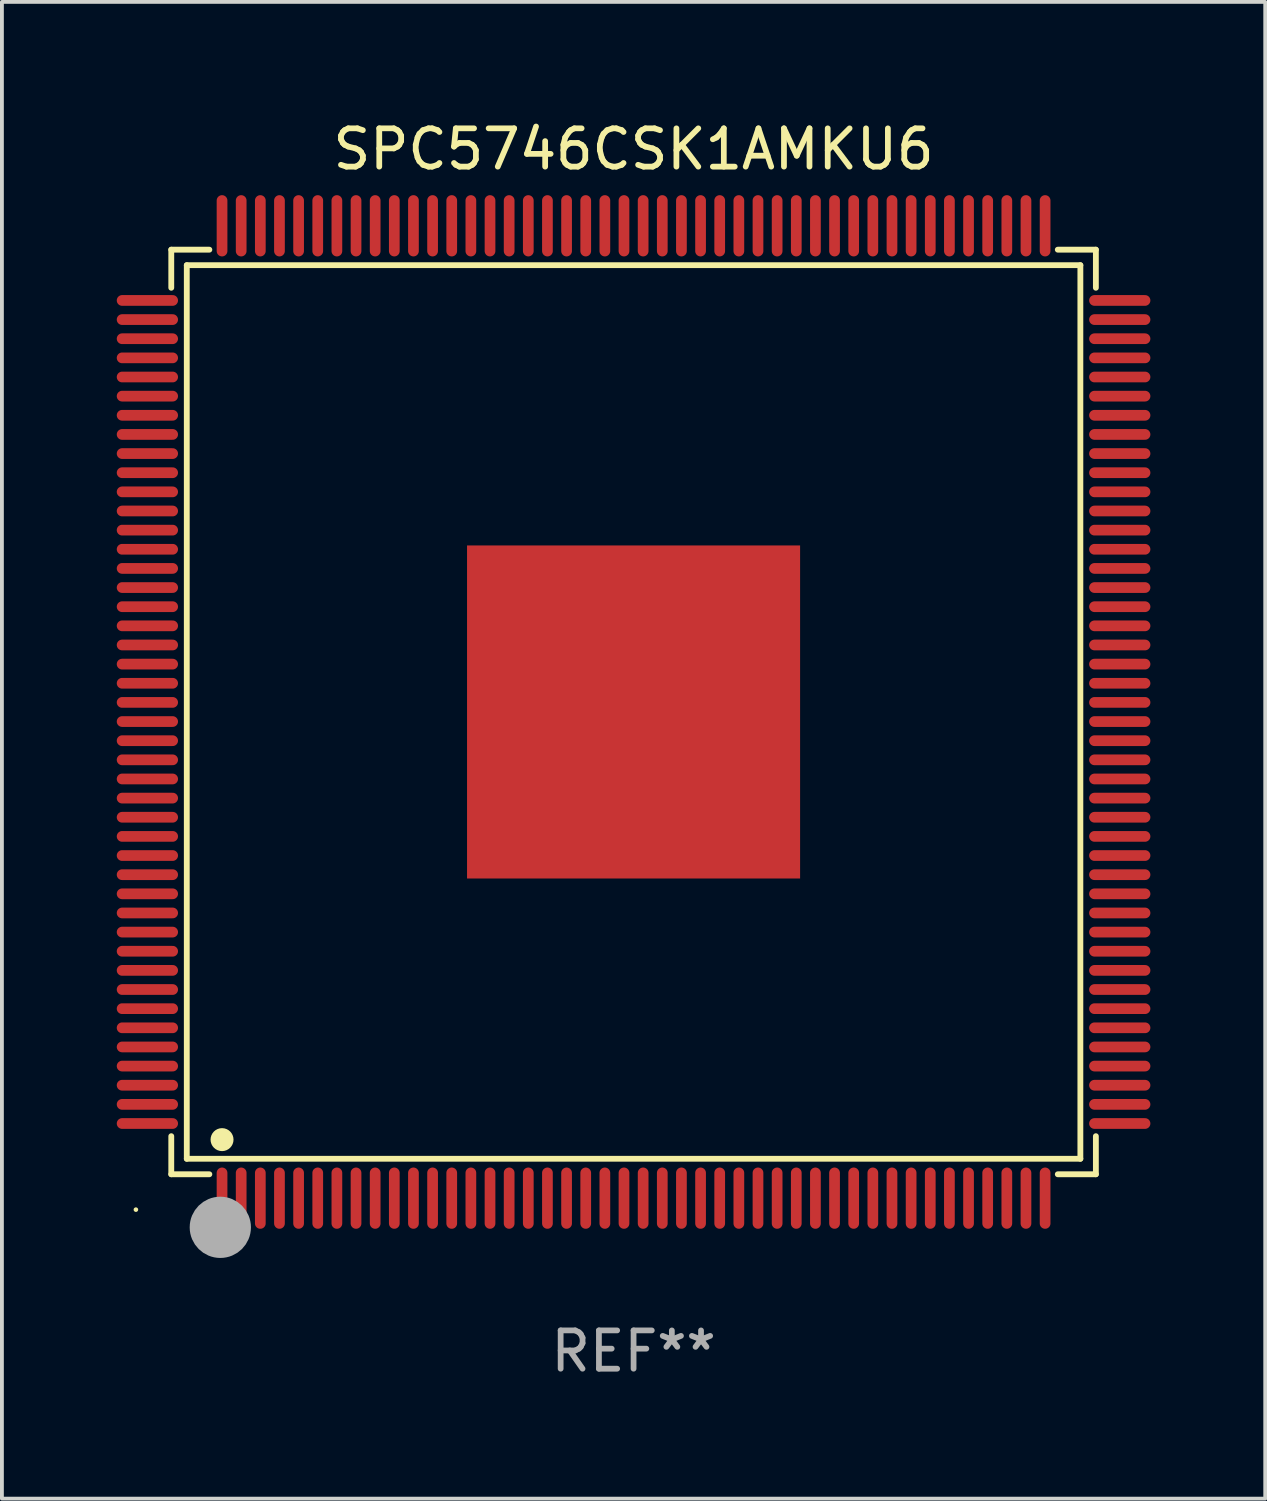
<source format=kicad_pcb>
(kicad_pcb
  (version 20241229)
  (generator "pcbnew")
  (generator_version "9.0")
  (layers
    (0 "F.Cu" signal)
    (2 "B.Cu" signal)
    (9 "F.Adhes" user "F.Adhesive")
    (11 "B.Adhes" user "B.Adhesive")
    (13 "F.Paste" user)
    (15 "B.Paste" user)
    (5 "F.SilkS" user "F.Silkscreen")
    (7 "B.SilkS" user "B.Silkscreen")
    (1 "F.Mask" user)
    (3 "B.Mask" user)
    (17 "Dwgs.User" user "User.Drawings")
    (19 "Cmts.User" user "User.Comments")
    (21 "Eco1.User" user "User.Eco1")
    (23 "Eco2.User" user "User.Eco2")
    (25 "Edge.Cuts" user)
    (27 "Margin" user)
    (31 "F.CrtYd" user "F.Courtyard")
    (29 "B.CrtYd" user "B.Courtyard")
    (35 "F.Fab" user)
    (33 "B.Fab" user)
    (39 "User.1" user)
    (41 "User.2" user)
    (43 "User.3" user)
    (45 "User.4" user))
  (footprint "SPC5746CSK1AMKU6"
    (layer "F.Cu")
    (at 13.5 15.548)
    (property "Reference" "SPC5746CSK1AMKU6" (at 0 -14.7 0) (layer "F.SilkS") (effects (font (size 1 1) (thickness 0.15))))
    (attr through_hole)
    (fp_line (start -12.076 -12.076) (end -11.081 -12.076) (stroke (width 0.152) (type solid)) (layer "F.SilkS"))
    (fp_line (start -12.076 -11.081) (end -12.076 -12.076) (stroke (width 0.152) (type solid)) (layer "F.SilkS"))
    (fp_line (start -12.076 11.081) (end -12.076 12.076) (stroke (width 0.152) (type solid)) (layer "F.SilkS"))
    (fp_line (start -12.076 12.076) (end -11.081 12.076) (stroke (width 0.152) (type solid)) (layer "F.SilkS"))
    (fp_line (start -11.671 -11.671) (end 11.671 -11.671) (stroke (width 0.152) (type solid)) (layer "F.SilkS"))
    (fp_line (start -11.671 11.671) (end -11.671 -11.671) (stroke (width 0.152) (type solid)) (layer "F.SilkS"))
    (fp_line (start 11.671 -11.671) (end 11.671 11.671) (stroke (width 0.152) (type solid)) (layer "F.SilkS"))
    (fp_line (start 11.671 11.671) (end -11.671 11.671) (stroke (width 0.152) (type solid)) (layer "F.SilkS"))
    (fp_line (start 12.076 -12.076) (end 11.081 -12.076) (stroke (width 0.152) (type solid)) (layer "F.SilkS"))
    (fp_line (start 12.076 -11.081) (end 12.076 -12.076) (stroke (width 0.152) (type solid)) (layer "F.SilkS"))
    (fp_line (start 12.076 11.081) (end 12.076 12.076) (stroke (width 0.152) (type solid)) (layer "F.SilkS"))
    (fp_line (start 12.076 12.076) (end 11.081 12.076) (stroke (width 0.152) (type solid)) (layer "F.SilkS"))
    (fp_circle (center -13 13) (end -12.97 13) (stroke (width 0.06) (type solid)) (fill no) (layer "F.SilkS"))
    (fp_circle (center -10.75 11.171) (end -10.6 11.171) (stroke (width 0.3) (type solid)) (fill no) (layer "F.SilkS"))
    (fp_circle (center -10.75 13.8) (end -10.65 13.8) (stroke (width 0.2) (type solid)) (fill no) (layer "F.SilkS"))
    (fp_circle (center -10.795 13.462) (end -10.395 13.462) (stroke (width 0.8) (type solid)) (fill no) (layer "F.Fab"))
    (fp_text user "REF**" (at 0 16.7 0) (layer "F.Fab") (effects (font (size 1 1) (thickness 0.15))))
    (pad "1" smd oval (at -10.75 12.7) (size 0.28 1.6) (layers "F.Cu" "F.Mask" "F.Paste"))
    (pad "2" smd oval (at -10.25 12.7) (size 0.28 1.6) (layers "F.Cu" "F.Mask" "F.Paste"))
    (pad "3" smd oval (at -9.75 12.7) (size 0.28 1.6) (layers "F.Cu" "F.Mask" "F.Paste"))
    (pad "4" smd oval (at -9.25 12.7) (size 0.28 1.6) (layers "F.Cu" "F.Mask" "F.Paste"))
    (pad "5" smd oval (at -8.75 12.7) (size 0.28 1.6) (layers "F.Cu" "F.Mask" "F.Paste"))
    (pad "6" smd oval (at -8.25 12.7) (size 0.28 1.6) (layers "F.Cu" "F.Mask" "F.Paste"))
    (pad "7" smd oval (at -7.75 12.7) (size 0.28 1.6) (layers "F.Cu" "F.Mask" "F.Paste"))
    (pad "8" smd oval (at -7.25 12.7) (size 0.28 1.6) (layers "F.Cu" "F.Mask" "F.Paste"))
    (pad "9" smd oval (at -6.75 12.7) (size 0.28 1.6) (layers "F.Cu" "F.Mask" "F.Paste"))
    (pad "10" smd oval (at -6.25 12.7) (size 0.28 1.6) (layers "F.Cu" "F.Mask" "F.Paste"))
    (pad "11" smd oval (at -5.75 12.7) (size 0.28 1.6) (layers "F.Cu" "F.Mask" "F.Paste"))
    (pad "12" smd oval (at -5.25 12.7) (size 0.28 1.6) (layers "F.Cu" "F.Mask" "F.Paste"))
    (pad "13" smd oval (at -4.75 12.7) (size 0.28 1.6) (layers "F.Cu" "F.Mask" "F.Paste"))
    (pad "14" smd oval (at -4.25 12.7) (size 0.28 1.6) (layers "F.Cu" "F.Mask" "F.Paste"))
    (pad "15" smd oval (at -3.75 12.7) (size 0.28 1.6) (layers "F.Cu" "F.Mask" "F.Paste"))
    (pad "16" smd oval (at -3.25 12.7) (size 0.28 1.6) (layers "F.Cu" "F.Mask" "F.Paste"))
    (pad "17" smd oval (at -2.75 12.7) (size 0.28 1.6) (layers "F.Cu" "F.Mask" "F.Paste"))
    (pad "18" smd oval (at -2.25 12.7) (size 0.28 1.6) (layers "F.Cu" "F.Mask" "F.Paste"))
    (pad "19" smd oval (at -1.75 12.7) (size 0.28 1.6) (layers "F.Cu" "F.Mask" "F.Paste"))
    (pad "20" smd oval (at -1.25 12.7) (size 0.28 1.6) (layers "F.Cu" "F.Mask" "F.Paste"))
    (pad "21" smd oval (at -0.75 12.7) (size 0.28 1.6) (layers "F.Cu" "F.Mask" "F.Paste"))
    (pad "22" smd oval (at -0.25 12.7) (size 0.28 1.6) (layers "F.Cu" "F.Mask" "F.Paste"))
    (pad "23" smd oval (at 0.25 12.7) (size 0.28 1.6) (layers "F.Cu" "F.Mask" "F.Paste"))
    (pad "24" smd oval (at 0.75 12.7) (size 0.28 1.6) (layers "F.Cu" "F.Mask" "F.Paste"))
    (pad "25" smd oval (at 1.25 12.7) (size 0.28 1.6) (layers "F.Cu" "F.Mask" "F.Paste"))
    (pad "26" smd oval (at 1.75 12.7) (size 0.28 1.6) (layers "F.Cu" "F.Mask" "F.Paste"))
    (pad "27" smd oval (at 2.25 12.7) (size 0.28 1.6) (layers "F.Cu" "F.Mask" "F.Paste"))
    (pad "28" smd oval (at 2.75 12.7) (size 0.28 1.6) (layers "F.Cu" "F.Mask" "F.Paste"))
    (pad "29" smd oval (at 3.25 12.7) (size 0.28 1.6) (layers "F.Cu" "F.Mask" "F.Paste"))
    (pad "30" smd oval (at 3.75 12.7) (size 0.28 1.6) (layers "F.Cu" "F.Mask" "F.Paste"))
    (pad "31" smd oval (at 4.25 12.7) (size 0.28 1.6) (layers "F.Cu" "F.Mask" "F.Paste"))
    (pad "32" smd oval (at 4.75 12.7) (size 0.28 1.6) (layers "F.Cu" "F.Mask" "F.Paste"))
    (pad "33" smd oval (at 5.25 12.7) (size 0.28 1.6) (layers "F.Cu" "F.Mask" "F.Paste"))
    (pad "34" smd oval (at 5.75 12.7) (size 0.28 1.6) (layers "F.Cu" "F.Mask" "F.Paste"))
    (pad "35" smd oval (at 6.25 12.7) (size 0.28 1.6) (layers "F.Cu" "F.Mask" "F.Paste"))
    (pad "36" smd oval (at 6.75 12.7) (size 0.28 1.6) (layers "F.Cu" "F.Mask" "F.Paste"))
    (pad "37" smd oval (at 7.25 12.7) (size 0.28 1.6) (layers "F.Cu" "F.Mask" "F.Paste"))
    (pad "38" smd oval (at 7.75 12.7) (size 0.28 1.6) (layers "F.Cu" "F.Mask" "F.Paste"))
    (pad "39" smd oval (at 8.25 12.7) (size 0.28 1.6) (layers "F.Cu" "F.Mask" "F.Paste"))
    (pad "40" smd oval (at 8.75 12.7) (size 0.28 1.6) (layers "F.Cu" "F.Mask" "F.Paste"))
    (pad "41" smd oval (at 9.25 12.7) (size 0.28 1.6) (layers "F.Cu" "F.Mask" "F.Paste"))
    (pad "42" smd oval (at 9.75 12.7) (size 0.28 1.6) (layers "F.Cu" "F.Mask" "F.Paste"))
    (pad "43" smd oval (at 10.25 12.7) (size 0.28 1.6) (layers "F.Cu" "F.Mask" "F.Paste"))
    (pad "44" smd oval (at 10.75 12.7) (size 0.28 1.6) (layers "F.Cu" "F.Mask" "F.Paste"))
    (pad "45" smd oval (at 12.7 10.75) (size 1.6 0.28) (layers "F.Cu" "F.Mask" "F.Paste"))
    (pad "46" smd oval (at 12.7 10.25) (size 1.6 0.28) (layers "F.Cu" "F.Mask" "F.Paste"))
    (pad "47" smd oval (at 12.7 9.75) (size 1.6 0.28) (layers "F.Cu" "F.Mask" "F.Paste"))
    (pad "48" smd oval (at 12.7 9.25) (size 1.6 0.28) (layers "F.Cu" "F.Mask" "F.Paste"))
    (pad "49" smd oval (at 12.7 8.75) (size 1.6 0.28) (layers "F.Cu" "F.Mask" "F.Paste"))
    (pad "50" smd oval (at 12.7 8.25) (size 1.6 0.28) (layers "F.Cu" "F.Mask" "F.Paste"))
    (pad "51" smd oval (at 12.7 7.75) (size 1.6 0.28) (layers "F.Cu" "F.Mask" "F.Paste"))
    (pad "52" smd oval (at 12.7 7.25) (size 1.6 0.28) (layers "F.Cu" "F.Mask" "F.Paste"))
    (pad "53" smd oval (at 12.7 6.75) (size 1.6 0.28) (layers "F.Cu" "F.Mask" "F.Paste"))
    (pad "54" smd oval (at 12.7 6.25) (size 1.6 0.28) (layers "F.Cu" "F.Mask" "F.Paste"))
    (pad "55" smd oval (at 12.7 5.75) (size 1.6 0.28) (layers "F.Cu" "F.Mask" "F.Paste"))
    (pad "56" smd oval (at 12.7 5.25) (size 1.6 0.28) (layers "F.Cu" "F.Mask" "F.Paste"))
    (pad "57" smd oval (at 12.7 4.75) (size 1.6 0.28) (layers "F.Cu" "F.Mask" "F.Paste"))
    (pad "58" smd oval (at 12.7 4.25) (size 1.6 0.28) (layers "F.Cu" "F.Mask" "F.Paste"))
    (pad "59" smd oval (at 12.7 3.75) (size 1.6 0.28) (layers "F.Cu" "F.Mask" "F.Paste"))
    (pad "60" smd oval (at 12.7 3.25) (size 1.6 0.28) (layers "F.Cu" "F.Mask" "F.Paste"))
    (pad "61" smd oval (at 12.7 2.75) (size 1.6 0.28) (layers "F.Cu" "F.Mask" "F.Paste"))
    (pad "62" smd oval (at 12.7 2.25) (size 1.6 0.28) (layers "F.Cu" "F.Mask" "F.Paste"))
    (pad "63" smd oval (at 12.7 1.75) (size 1.6 0.28) (layers "F.Cu" "F.Mask" "F.Paste"))
    (pad "64" smd oval (at 12.7 1.25) (size 1.6 0.28) (layers "F.Cu" "F.Mask" "F.Paste"))
    (pad "65" smd oval (at 12.7 0.75) (size 1.6 0.28) (layers "F.Cu" "F.Mask" "F.Paste"))
    (pad "66" smd oval (at 12.7 0.25) (size 1.6 0.28) (layers "F.Cu" "F.Mask" "F.Paste"))
    (pad "67" smd oval (at 12.7 -0.25) (size 1.6 0.28) (layers "F.Cu" "F.Mask" "F.Paste"))
    (pad "68" smd oval (at 12.7 -0.75) (size 1.6 0.28) (layers "F.Cu" "F.Mask" "F.Paste"))
    (pad "69" smd oval (at 12.7 -1.25) (size 1.6 0.28) (layers "F.Cu" "F.Mask" "F.Paste"))
    (pad "70" smd oval (at 12.7 -1.75) (size 1.6 0.28) (layers "F.Cu" "F.Mask" "F.Paste"))
    (pad "71" smd oval (at 12.7 -2.25) (size 1.6 0.28) (layers "F.Cu" "F.Mask" "F.Paste"))
    (pad "72" smd oval (at 12.7 -2.75) (size 1.6 0.28) (layers "F.Cu" "F.Mask" "F.Paste"))
    (pad "73" smd oval (at 12.7 -3.25) (size 1.6 0.28) (layers "F.Cu" "F.Mask" "F.Paste"))
    (pad "74" smd oval (at 12.7 -3.75) (size 1.6 0.28) (layers "F.Cu" "F.Mask" "F.Paste"))
    (pad "75" smd oval (at 12.7 -4.25) (size 1.6 0.28) (layers "F.Cu" "F.Mask" "F.Paste"))
    (pad "76" smd oval (at 12.7 -4.75) (size 1.6 0.28) (layers "F.Cu" "F.Mask" "F.Paste"))
    (pad "77" smd oval (at 12.7 -5.25) (size 1.6 0.28) (layers "F.Cu" "F.Mask" "F.Paste"))
    (pad "78" smd oval (at 12.7 -5.75) (size 1.6 0.28) (layers "F.Cu" "F.Mask" "F.Paste"))
    (pad "79" smd oval (at 12.7 -6.25) (size 1.6 0.28) (layers "F.Cu" "F.Mask" "F.Paste"))
    (pad "80" smd oval (at 12.7 -6.75) (size 1.6 0.28) (layers "F.Cu" "F.Mask" "F.Paste"))
    (pad "81" smd oval (at 12.7 -7.25) (size 1.6 0.28) (layers "F.Cu" "F.Mask" "F.Paste"))
    (pad "82" smd oval (at 12.7 -7.75) (size 1.6 0.28) (layers "F.Cu" "F.Mask" "F.Paste"))
    (pad "83" smd oval (at 12.7 -8.25) (size 1.6 0.28) (layers "F.Cu" "F.Mask" "F.Paste"))
    (pad "84" smd oval (at 12.7 -8.75) (size 1.6 0.28) (layers "F.Cu" "F.Mask" "F.Paste"))
    (pad "85" smd oval (at 12.7 -9.25) (size 1.6 0.28) (layers "F.Cu" "F.Mask" "F.Paste"))
    (pad "86" smd oval (at 12.7 -9.75) (size 1.6 0.28) (layers "F.Cu" "F.Mask" "F.Paste"))
    (pad "87" smd oval (at 12.7 -10.25) (size 1.6 0.28) (layers "F.Cu" "F.Mask" "F.Paste"))
    (pad "88" smd oval (at 12.7 -10.75) (size 1.6 0.28) (layers "F.Cu" "F.Mask" "F.Paste"))
    (pad "89" smd oval (at 10.75 -12.7) (size 0.28 1.6) (layers "F.Cu" "F.Mask" "F.Paste"))
    (pad "90" smd oval (at 10.25 -12.7) (size 0.28 1.6) (layers "F.Cu" "F.Mask" "F.Paste"))
    (pad "91" smd oval (at 9.75 -12.7) (size 0.28 1.6) (layers "F.Cu" "F.Mask" "F.Paste"))
    (pad "92" smd oval (at 9.25 -12.7) (size 0.28 1.6) (layers "F.Cu" "F.Mask" "F.Paste"))
    (pad "93" smd oval (at 8.75 -12.7) (size 0.28 1.6) (layers "F.Cu" "F.Mask" "F.Paste"))
    (pad "94" smd oval (at 8.25 -12.7) (size 0.28 1.6) (layers "F.Cu" "F.Mask" "F.Paste"))
    (pad "95" smd oval (at 7.75 -12.7) (size 0.28 1.6) (layers "F.Cu" "F.Mask" "F.Paste"))
    (pad "96" smd oval (at 7.25 -12.7) (size 0.28 1.6) (layers "F.Cu" "F.Mask" "F.Paste"))
    (pad "97" smd oval (at 6.75 -12.7) (size 0.28 1.6) (layers "F.Cu" "F.Mask" "F.Paste"))
    (pad "98" smd oval (at 6.25 -12.7) (size 0.28 1.6) (layers "F.Cu" "F.Mask" "F.Paste"))
    (pad "99" smd oval (at 5.75 -12.7) (size 0.28 1.6) (layers "F.Cu" "F.Mask" "F.Paste"))
    (pad "100" smd oval (at 5.25 -12.7) (size 0.28 1.6) (layers "F.Cu" "F.Mask" "F.Paste"))
    (pad "101" smd oval (at 4.75 -12.7) (size 0.28 1.6) (layers "F.Cu" "F.Mask" "F.Paste"))
    (pad "102" smd oval (at 4.25 -12.7) (size 0.28 1.6) (layers "F.Cu" "F.Mask" "F.Paste"))
    (pad "103" smd oval (at 3.75 -12.7) (size 0.28 1.6) (layers "F.Cu" "F.Mask" "F.Paste"))
    (pad "104" smd oval (at 3.25 -12.7) (size 0.28 1.6) (layers "F.Cu" "F.Mask" "F.Paste"))
    (pad "105" smd oval (at 2.75 -12.7) (size 0.28 1.6) (layers "F.Cu" "F.Mask" "F.Paste"))
    (pad "106" smd oval (at 2.25 -12.7) (size 0.28 1.6) (layers "F.Cu" "F.Mask" "F.Paste"))
    (pad "107" smd oval (at 1.75 -12.7) (size 0.28 1.6) (layers "F.Cu" "F.Mask" "F.Paste"))
    (pad "108" smd oval (at 1.25 -12.7) (size 0.28 1.6) (layers "F.Cu" "F.Mask" "F.Paste"))
    (pad "109" smd oval (at 0.75 -12.7) (size 0.28 1.6) (layers "F.Cu" "F.Mask" "F.Paste"))
    (pad "110" smd oval (at 0.25 -12.7) (size 0.28 1.6) (layers "F.Cu" "F.Mask" "F.Paste"))
    (pad "111" smd oval (at -0.25 -12.7) (size 0.28 1.6) (layers "F.Cu" "F.Mask" "F.Paste"))
    (pad "112" smd oval (at -0.75 -12.7) (size 0.28 1.6) (layers "F.Cu" "F.Mask" "F.Paste"))
    (pad "113" smd oval (at -1.25 -12.7) (size 0.28 1.6) (layers "F.Cu" "F.Mask" "F.Paste"))
    (pad "114" smd oval (at -1.75 -12.7) (size 0.28 1.6) (layers "F.Cu" "F.Mask" "F.Paste"))
    (pad "115" smd oval (at -2.25 -12.7) (size 0.28 1.6) (layers "F.Cu" "F.Mask" "F.Paste"))
    (pad "116" smd oval (at -2.75 -12.7) (size 0.28 1.6) (layers "F.Cu" "F.Mask" "F.Paste"))
    (pad "117" smd oval (at -3.25 -12.7) (size 0.28 1.6) (layers "F.Cu" "F.Mask" "F.Paste"))
    (pad "118" smd oval (at -3.75 -12.7) (size 0.28 1.6) (layers "F.Cu" "F.Mask" "F.Paste"))
    (pad "119" smd oval (at -4.25 -12.7) (size 0.28 1.6) (layers "F.Cu" "F.Mask" "F.Paste"))
    (pad "120" smd oval (at -4.75 -12.7) (size 0.28 1.6) (layers "F.Cu" "F.Mask" "F.Paste"))
    (pad "121" smd oval (at -5.25 -12.7) (size 0.28 1.6) (layers "F.Cu" "F.Mask" "F.Paste"))
    (pad "122" smd oval (at -5.75 -12.7) (size 0.28 1.6) (layers "F.Cu" "F.Mask" "F.Paste"))
    (pad "123" smd oval (at -6.25 -12.7) (size 0.28 1.6) (layers "F.Cu" "F.Mask" "F.Paste"))
    (pad "124" smd oval (at -6.75 -12.7) (size 0.28 1.6) (layers "F.Cu" "F.Mask" "F.Paste"))
    (pad "125" smd oval (at -7.25 -12.7) (size 0.28 1.6) (layers "F.Cu" "F.Mask" "F.Paste"))
    (pad "126" smd oval (at -7.75 -12.7) (size 0.28 1.6) (layers "F.Cu" "F.Mask" "F.Paste"))
    (pad "127" smd oval (at -8.25 -12.7) (size 0.28 1.6) (layers "F.Cu" "F.Mask" "F.Paste"))
    (pad "128" smd oval (at -8.75 -12.7) (size 0.28 1.6) (layers "F.Cu" "F.Mask" "F.Paste"))
    (pad "129" smd oval (at -9.25 -12.7) (size 0.28 1.6) (layers "F.Cu" "F.Mask" "F.Paste"))
    (pad "130" smd oval (at -9.75 -12.7) (size 0.28 1.6) (layers "F.Cu" "F.Mask" "F.Paste"))
    (pad "131" smd oval (at -10.25 -12.7) (size 0.28 1.6) (layers "F.Cu" "F.Mask" "F.Paste"))
    (pad "132" smd oval (at -10.75 -12.7) (size 0.28 1.6) (layers "F.Cu" "F.Mask" "F.Paste"))
    (pad "133" smd oval (at -12.7 -10.75) (size 1.6 0.28) (layers "F.Cu" "F.Mask" "F.Paste"))
    (pad "134" smd oval (at -12.7 -10.25) (size 1.6 0.28) (layers "F.Cu" "F.Mask" "F.Paste"))
    (pad "135" smd oval (at -12.7 -9.75) (size 1.6 0.28) (layers "F.Cu" "F.Mask" "F.Paste"))
    (pad "136" smd oval (at -12.7 -9.25) (size 1.6 0.28) (layers "F.Cu" "F.Mask" "F.Paste"))
    (pad "137" smd oval (at -12.7 -8.75) (size 1.6 0.28) (layers "F.Cu" "F.Mask" "F.Paste"))
    (pad "138" smd oval (at -12.7 -8.25) (size 1.6 0.28) (layers "F.Cu" "F.Mask" "F.Paste"))
    (pad "139" smd oval (at -12.7 -7.75) (size 1.6 0.28) (layers "F.Cu" "F.Mask" "F.Paste"))
    (pad "140" smd oval (at -12.7 -7.25) (size 1.6 0.28) (layers "F.Cu" "F.Mask" "F.Paste"))
    (pad "141" smd oval (at -12.7 -6.75) (size 1.6 0.28) (layers "F.Cu" "F.Mask" "F.Paste"))
    (pad "142" smd oval (at -12.7 -6.25) (size 1.6 0.28) (layers "F.Cu" "F.Mask" "F.Paste"))
    (pad "143" smd oval (at -12.7 -5.75) (size 1.6 0.28) (layers "F.Cu" "F.Mask" "F.Paste"))
    (pad "144" smd oval (at -12.7 -5.25) (size 1.6 0.28) (layers "F.Cu" "F.Mask" "F.Paste"))
    (pad "145" smd oval (at -12.7 -4.75) (size 1.6 0.28) (layers "F.Cu" "F.Mask" "F.Paste"))
    (pad "146" smd oval (at -12.7 -4.25) (size 1.6 0.28) (layers "F.Cu" "F.Mask" "F.Paste"))
    (pad "147" smd oval (at -12.7 -3.75) (size 1.6 0.28) (layers "F.Cu" "F.Mask" "F.Paste"))
    (pad "148" smd oval (at -12.7 -3.25) (size 1.6 0.28) (layers "F.Cu" "F.Mask" "F.Paste"))
    (pad "149" smd oval (at -12.7 -2.75) (size 1.6 0.28) (layers "F.Cu" "F.Mask" "F.Paste"))
    (pad "150" smd oval (at -12.7 -2.25) (size 1.6 0.28) (layers "F.Cu" "F.Mask" "F.Paste"))
    (pad "151" smd oval (at -12.7 -1.75) (size 1.6 0.28) (layers "F.Cu" "F.Mask" "F.Paste"))
    (pad "152" smd oval (at -12.7 -1.25) (size 1.6 0.28) (layers "F.Cu" "F.Mask" "F.Paste"))
    (pad "153" smd oval (at -12.7 -0.75) (size 1.6 0.28) (layers "F.Cu" "F.Mask" "F.Paste"))
    (pad "154" smd oval (at -12.7 -0.25) (size 1.6 0.28) (layers "F.Cu" "F.Mask" "F.Paste"))
    (pad "155" smd oval (at -12.7 0.25) (size 1.6 0.28) (layers "F.Cu" "F.Mask" "F.Paste"))
    (pad "156" smd oval (at -12.7 0.75) (size 1.6 0.28) (layers "F.Cu" "F.Mask" "F.Paste"))
    (pad "157" smd oval (at -12.7 1.25) (size 1.6 0.28) (layers "F.Cu" "F.Mask" "F.Paste"))
    (pad "158" smd oval (at -12.7 1.75) (size 1.6 0.28) (layers "F.Cu" "F.Mask" "F.Paste"))
    (pad "159" smd oval (at -12.7 2.25) (size 1.6 0.28) (layers "F.Cu" "F.Mask" "F.Paste"))
    (pad "160" smd oval (at -12.7 2.75) (size 1.6 0.28) (layers "F.Cu" "F.Mask" "F.Paste"))
    (pad "161" smd oval (at -12.7 3.25) (size 1.6 0.28) (layers "F.Cu" "F.Mask" "F.Paste"))
    (pad "162" smd oval (at -12.7 3.75) (size 1.6 0.28) (layers "F.Cu" "F.Mask" "F.Paste"))
    (pad "163" smd oval (at -12.7 4.25) (size 1.6 0.28) (layers "F.Cu" "F.Mask" "F.Paste"))
    (pad "164" smd oval (at -12.7 4.75) (size 1.6 0.28) (layers "F.Cu" "F.Mask" "F.Paste"))
    (pad "165" smd oval (at -12.7 5.25) (size 1.6 0.28) (layers "F.Cu" "F.Mask" "F.Paste"))
    (pad "166" smd oval (at -12.7 5.75) (size 1.6 0.28) (layers "F.Cu" "F.Mask" "F.Paste"))
    (pad "167" smd oval (at -12.7 6.25) (size 1.6 0.28) (layers "F.Cu" "F.Mask" "F.Paste"))
    (pad "168" smd oval (at -12.7 6.75) (size 1.6 0.28) (layers "F.Cu" "F.Mask" "F.Paste"))
    (pad "169" smd oval (at -12.7 7.25) (size 1.6 0.28) (layers "F.Cu" "F.Mask" "F.Paste"))
    (pad "170" smd oval (at -12.7 7.75) (size 1.6 0.28) (layers "F.Cu" "F.Mask" "F.Paste"))
    (pad "171" smd oval (at -12.7 8.25) (size 1.6 0.28) (layers "F.Cu" "F.Mask" "F.Paste"))
    (pad "172" smd oval (at -12.7 8.75) (size 1.6 0.28) (layers "F.Cu" "F.Mask" "F.Paste"))
    (pad "173" smd oval (at -12.7 9.25) (size 1.6 0.28) (layers "F.Cu" "F.Mask" "F.Paste"))
    (pad "174" smd oval (at -12.7 9.75) (size 1.6 0.28) (layers "F.Cu" "F.Mask" "F.Paste"))
    (pad "175" smd oval (at -12.7 10.25) (size 1.6 0.28) (layers "F.Cu" "F.Mask" "F.Paste"))
    (pad "176" smd oval (at -12.7 10.75) (size 1.6 0.28) (layers "F.Cu" "F.Mask" "F.Paste"))
    (pad "177" smd rect (at 0 0) (size 8.7 8.7) (layers "F.Cu" "F.Mask" "F.Paste")))
  (gr_rect
    (start -3 -3)
    (end 30 36.097)
    (stroke (width 0.1) (type default))
    (fill no)
    (layer "Edge.Cuts")))
</source>
